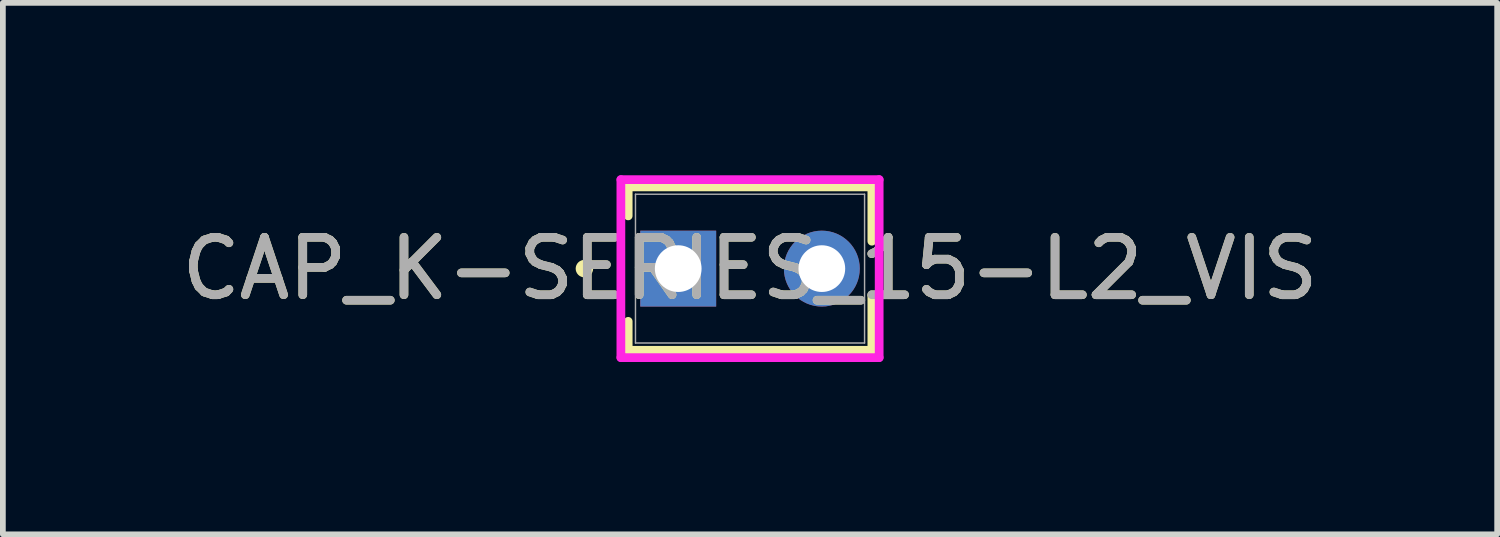
<source format=kicad_pcb>
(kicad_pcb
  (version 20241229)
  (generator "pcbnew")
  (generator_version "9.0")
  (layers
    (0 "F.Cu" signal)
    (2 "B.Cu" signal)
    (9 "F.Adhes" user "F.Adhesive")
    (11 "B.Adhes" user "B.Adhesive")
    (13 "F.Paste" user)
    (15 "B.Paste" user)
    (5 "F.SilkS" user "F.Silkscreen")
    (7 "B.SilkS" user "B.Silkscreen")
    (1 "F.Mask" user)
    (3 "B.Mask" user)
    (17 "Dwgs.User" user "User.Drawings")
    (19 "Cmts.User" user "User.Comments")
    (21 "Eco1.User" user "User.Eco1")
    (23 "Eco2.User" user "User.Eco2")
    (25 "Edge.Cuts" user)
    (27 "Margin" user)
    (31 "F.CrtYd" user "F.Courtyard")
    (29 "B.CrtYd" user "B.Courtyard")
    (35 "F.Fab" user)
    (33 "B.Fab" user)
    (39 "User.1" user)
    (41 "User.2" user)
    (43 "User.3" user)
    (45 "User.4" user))
  (footprint "CAP_K-SERIES_15-L2_VIS"
    (layer "F.Cu")
    (at 8.756 1.626)
    (property "Reference" "CAP_K-SERIES_15-L2_VIS" (at 1.25 0 0) (unlocked yes) (layer "F.SilkS") (effects (font (size 1 1) (thickness 0.15))))
    (attr through_hole)
    (fp_line (start -0.871 -1.422) (end -0.871 -0.918) (stroke (width 0.152) (type solid)) (layer "F.SilkS"))
    (fp_line (start -0.871 0.918) (end -0.871 1.422) (stroke (width 0.152) (type solid)) (layer "F.SilkS"))
    (fp_line (start 3.371 -1.422) (end -0.871 -1.422) (stroke (width 0.152) (type solid)) (layer "F.SilkS"))
    (fp_line (start 3.371 -1.422) (end 3.371 -0.477) (stroke (width 0.152) (type solid)) (layer "F.SilkS"))
    (fp_line (start 3.371 0.477) (end 3.371 1.422) (stroke (width 0.152) (type solid)) (layer "F.SilkS"))
    (fp_line (start 3.371 1.422) (end -0.871 1.422) (stroke (width 0.152) (type solid)) (layer "F.SilkS"))
    (fp_circle (center -1.633 0) (end -1.557 0) (stroke (width 0.152) (type solid)) (fill no) (layer "F.SilkS"))
    (fp_line (start -0.998 -1.549) (end 3.498 -1.549) (stroke (width 0.152) (type solid)) (layer "F.CrtYd"))
    (fp_line (start -0.998 1.549) (end -0.998 -1.549) (stroke (width 0.152) (type solid)) (layer "F.CrtYd"))
    (fp_line (start 3.498 -1.549) (end 3.498 1.549) (stroke (width 0.152) (type solid)) (layer "F.CrtYd"))
    (fp_line (start 3.498 1.549) (end -0.998 1.549) (stroke (width 0.152) (type solid)) (layer "F.CrtYd"))
    (fp_line (start -0.744 -1.295) (end -0.744 1.295) (stroke (width 0.025) (type solid)) (layer "F.Fab"))
    (fp_line (start 3.244 -1.295) (end -0.744 -1.295) (stroke (width 0.025) (type solid)) (layer "F.Fab"))
    (fp_line (start 3.244 -1.295) (end 3.244 1.295) (stroke (width 0.025) (type solid)) (layer "F.Fab"))
    (fp_line (start 3.244 1.295) (end -0.744 1.295) (stroke (width 0.025) (type solid)) (layer "F.Fab"))
    (fp_circle (center -0.236 0) (end -0.16 0) (stroke (width 0.025) (type solid)) (fill no) (layer "F.Fab"))
    (fp_text user "${REFERENCE}" (at 1.25 0 0) (unlocked yes) (layer "F.Fab") (effects (font (size 1 1) (thickness 0.15))))
    (pad "1" thru_hole rect (at 0 0) (size 1.321 1.321) (drill 0.813) (layers "*.Cu" "*.Mask"))
    (pad "2" thru_hole circle (at 2.5 0) (size 1.321 1.321) (drill 0.813) (layers "*.Cu" "*.Mask")))
  (gr_rect
    (start -3 -3)
    (end 23.012 6.251)
    (stroke (width 0.1) (type default))
    (fill no)
    (layer "Edge.Cuts")))
</source>
